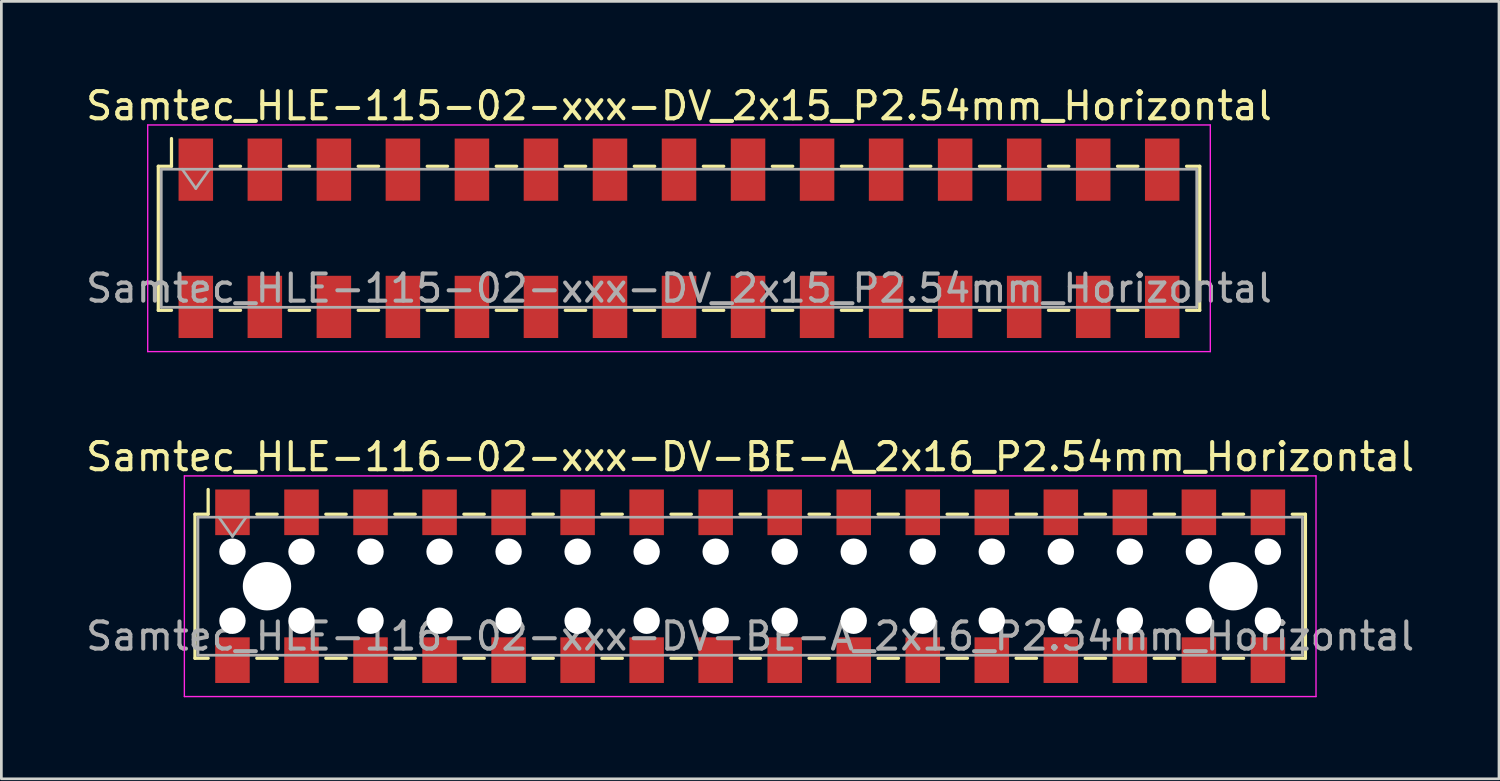
<source format=kicad_pcb>
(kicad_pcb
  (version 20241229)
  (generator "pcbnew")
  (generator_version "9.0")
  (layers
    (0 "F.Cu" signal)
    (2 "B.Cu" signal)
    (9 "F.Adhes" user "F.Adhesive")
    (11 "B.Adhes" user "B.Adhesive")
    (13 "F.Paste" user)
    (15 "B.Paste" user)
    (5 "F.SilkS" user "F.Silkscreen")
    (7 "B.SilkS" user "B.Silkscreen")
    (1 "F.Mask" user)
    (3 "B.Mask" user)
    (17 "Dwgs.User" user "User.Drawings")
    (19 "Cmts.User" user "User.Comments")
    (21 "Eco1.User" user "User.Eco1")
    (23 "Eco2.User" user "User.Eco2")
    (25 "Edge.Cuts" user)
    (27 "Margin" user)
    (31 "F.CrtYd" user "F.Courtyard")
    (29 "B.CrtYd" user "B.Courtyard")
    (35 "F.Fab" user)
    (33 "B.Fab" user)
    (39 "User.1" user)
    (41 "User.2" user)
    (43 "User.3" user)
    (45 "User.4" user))
  (footprint "Samtec_HLE-116-02-xxx-DV-BE-A_2x16_P2.54mm_Horizontal"
    (layer "F.Cu")
    (at 24.554 18.521)
    (property "Reference" "Samtec_HLE-116-02-xxx-DV-BE-A_2x16_P2.54mm_Horizontal" (at 0 -4.76 0) (layer "F.SilkS") (effects (font (size 1 1) (thickness 0.15))))
    (attr smd)
    (fp_line (start -20.43 -2.65) (end -20.43 2.65) (stroke (width 0.12) (type solid)) (layer "F.SilkS"))
    (fp_line (start -20.43 2.65) (end -19.945 2.65) (stroke (width 0.12) (type solid)) (layer "F.SilkS"))
    (fp_line (start -19.945 -3.56) (end -19.945 -2.65) (stroke (width 0.12) (type solid)) (layer "F.SilkS"))
    (fp_line (start -19.945 -2.65) (end -20.43 -2.65) (stroke (width 0.12) (type solid)) (layer "F.SilkS"))
    (fp_line (start -18.155 -2.65) (end -17.405 -2.65) (stroke (width 0.12) (type solid)) (layer "F.SilkS"))
    (fp_line (start -18.155 2.65) (end -17.405 2.65) (stroke (width 0.12) (type solid)) (layer "F.SilkS"))
    (fp_line (start -15.615 -2.65) (end -14.865 -2.65) (stroke (width 0.12) (type solid)) (layer "F.SilkS"))
    (fp_line (start -15.615 2.65) (end -14.865 2.65) (stroke (width 0.12) (type solid)) (layer "F.SilkS"))
    (fp_line (start -13.075 -2.65) (end -12.325 -2.65) (stroke (width 0.12) (type solid)) (layer "F.SilkS"))
    (fp_line (start -13.075 2.65) (end -12.325 2.65) (stroke (width 0.12) (type solid)) (layer "F.SilkS"))
    (fp_line (start -10.535 -2.65) (end -9.785 -2.65) (stroke (width 0.12) (type solid)) (layer "F.SilkS"))
    (fp_line (start -10.535 2.65) (end -9.785 2.65) (stroke (width 0.12) (type solid)) (layer "F.SilkS"))
    (fp_line (start -7.995 -2.65) (end -7.245 -2.65) (stroke (width 0.12) (type solid)) (layer "F.SilkS"))
    (fp_line (start -7.995 2.65) (end -7.245 2.65) (stroke (width 0.12) (type solid)) (layer "F.SilkS"))
    (fp_line (start -5.455 -2.65) (end -4.705 -2.65) (stroke (width 0.12) (type solid)) (layer "F.SilkS"))
    (fp_line (start -5.455 2.65) (end -4.705 2.65) (stroke (width 0.12) (type solid)) (layer "F.SilkS"))
    (fp_line (start -2.915 -2.65) (end -2.165 -2.65) (stroke (width 0.12) (type solid)) (layer "F.SilkS"))
    (fp_line (start -2.915 2.65) (end -2.165 2.65) (stroke (width 0.12) (type solid)) (layer "F.SilkS"))
    (fp_line (start -0.375 -2.65) (end 0.375 -2.65) (stroke (width 0.12) (type solid)) (layer "F.SilkS"))
    (fp_line (start -0.375 2.65) (end 0.375 2.65) (stroke (width 0.12) (type solid)) (layer "F.SilkS"))
    (fp_line (start 2.165 -2.65) (end 2.915 -2.65) (stroke (width 0.12) (type solid)) (layer "F.SilkS"))
    (fp_line (start 2.165 2.65) (end 2.915 2.65) (stroke (width 0.12) (type solid)) (layer "F.SilkS"))
    (fp_line (start 4.705 -2.65) (end 5.455 -2.65) (stroke (width 0.12) (type solid)) (layer "F.SilkS"))
    (fp_line (start 4.705 2.65) (end 5.455 2.65) (stroke (width 0.12) (type solid)) (layer "F.SilkS"))
    (fp_line (start 7.245 -2.65) (end 7.995 -2.65) (stroke (width 0.12) (type solid)) (layer "F.SilkS"))
    (fp_line (start 7.245 2.65) (end 7.995 2.65) (stroke (width 0.12) (type solid)) (layer "F.SilkS"))
    (fp_line (start 9.785 -2.65) (end 10.535 -2.65) (stroke (width 0.12) (type solid)) (layer "F.SilkS"))
    (fp_line (start 9.785 2.65) (end 10.535 2.65) (stroke (width 0.12) (type solid)) (layer "F.SilkS"))
    (fp_line (start 12.325 -2.65) (end 13.075 -2.65) (stroke (width 0.12) (type solid)) (layer "F.SilkS"))
    (fp_line (start 12.325 2.65) (end 13.075 2.65) (stroke (width 0.12) (type solid)) (layer "F.SilkS"))
    (fp_line (start 14.865 -2.65) (end 15.615 -2.65) (stroke (width 0.12) (type solid)) (layer "F.SilkS"))
    (fp_line (start 14.865 2.65) (end 15.615 2.65) (stroke (width 0.12) (type solid)) (layer "F.SilkS"))
    (fp_line (start 17.405 -2.65) (end 18.155 -2.65) (stroke (width 0.12) (type solid)) (layer "F.SilkS"))
    (fp_line (start 17.405 2.65) (end 18.155 2.65) (stroke (width 0.12) (type solid)) (layer "F.SilkS"))
    (fp_line (start 19.945 -2.65) (end 20.43 -2.65) (stroke (width 0.12) (type solid)) (layer "F.SilkS"))
    (fp_line (start 20.43 -2.65) (end 20.43 2.65) (stroke (width 0.12) (type solid)) (layer "F.SilkS"))
    (fp_line (start 20.43 2.65) (end 19.945 2.65) (stroke (width 0.12) (type solid)) (layer "F.SilkS"))
    (fp_line (start -20.82 -4.06) (end 20.82 -4.06) (stroke (width 0.05) (type solid)) (layer "F.CrtYd"))
    (fp_line (start -20.82 4.06) (end -20.82 -4.06) (stroke (width 0.05) (type solid)) (layer "F.CrtYd"))
    (fp_line (start 20.82 -4.06) (end 20.82 4.06) (stroke (width 0.05) (type solid)) (layer "F.CrtYd"))
    (fp_line (start 20.82 4.06) (end -20.82 4.06) (stroke (width 0.05) (type solid)) (layer "F.CrtYd"))
    (fp_line (start -20.32 -2.54) (end 20.32 -2.54) (stroke (width 0.1) (type solid)) (layer "F.Fab"))
    (fp_line (start -20.32 2.54) (end -20.32 -2.54) (stroke (width 0.1) (type solid)) (layer "F.Fab"))
    (fp_line (start -19.55 -2.54) (end -19.05 -1.833) (stroke (width 0.1) (type solid)) (layer "F.Fab"))
    (fp_line (start -19.05 -1.833) (end -18.55 -2.54) (stroke (width 0.1) (type solid)) (layer "F.Fab"))
    (fp_line (start 20.32 -2.54) (end 20.32 2.54) (stroke (width 0.1) (type solid)) (layer "F.Fab"))
    (fp_line (start 20.32 2.54) (end -20.32 2.54) (stroke (width 0.1) (type solid)) (layer "F.Fab"))
    (fp_text user "${REFERENCE}" (at 0 1.84 0) (layer "F.Fab") (effects (font (size 1 1) (thickness 0.15))))
    (pad "" np_thru_hole circle (at -19.05 -1.27) (size 0.97 0.97) (drill 0.97) (layers "*.Cu" "*.Mask"))
    (pad "" np_thru_hole circle (at -19.05 1.27) (size 0.97 0.97) (drill 0.97) (layers "*.Cu" "*.Mask"))
    (pad "" np_thru_hole circle (at -17.78 0) (size 1.78 1.78) (drill 1.78) (layers "*.Cu" "*.Mask"))
    (pad "" np_thru_hole circle (at -16.51 -1.27) (size 0.97 0.97) (drill 0.97) (layers "*.Cu" "*.Mask"))
    (pad "" np_thru_hole circle (at -16.51 1.27) (size 0.97 0.97) (drill 0.97) (layers "*.Cu" "*.Mask"))
    (pad "" np_thru_hole circle (at -13.97 -1.27) (size 0.97 0.97) (drill 0.97) (layers "*.Cu" "*.Mask"))
    (pad "" np_thru_hole circle (at -13.97 1.27) (size 0.97 0.97) (drill 0.97) (layers "*.Cu" "*.Mask"))
    (pad "" np_thru_hole circle (at -11.43 -1.27) (size 0.97 0.97) (drill 0.97) (layers "*.Cu" "*.Mask"))
    (pad "" np_thru_hole circle (at -11.43 1.27) (size 0.97 0.97) (drill 0.97) (layers "*.Cu" "*.Mask"))
    (pad "" np_thru_hole circle (at -8.89 -1.27) (size 0.97 0.97) (drill 0.97) (layers "*.Cu" "*.Mask"))
    (pad "" np_thru_hole circle (at -8.89 1.27) (size 0.97 0.97) (drill 0.97) (layers "*.Cu" "*.Mask"))
    (pad "" np_thru_hole circle (at -6.35 -1.27) (size 0.97 0.97) (drill 0.97) (layers "*.Cu" "*.Mask"))
    (pad "" np_thru_hole circle (at -6.35 1.27) (size 0.97 0.97) (drill 0.97) (layers "*.Cu" "*.Mask"))
    (pad "" np_thru_hole circle (at -3.81 -1.27) (size 0.97 0.97) (drill 0.97) (layers "*.Cu" "*.Mask"))
    (pad "" np_thru_hole circle (at -3.81 1.27) (size 0.97 0.97) (drill 0.97) (layers "*.Cu" "*.Mask"))
    (pad "" np_thru_hole circle (at -1.27 -1.27) (size 0.97 0.97) (drill 0.97) (layers "*.Cu" "*.Mask"))
    (pad "" np_thru_hole circle (at -1.27 1.27) (size 0.97 0.97) (drill 0.97) (layers "*.Cu" "*.Mask"))
    (pad "" np_thru_hole circle (at 1.27 -1.27) (size 0.97 0.97) (drill 0.97) (layers "*.Cu" "*.Mask"))
    (pad "" np_thru_hole circle (at 1.27 1.27) (size 0.97 0.97) (drill 0.97) (layers "*.Cu" "*.Mask"))
    (pad "" np_thru_hole circle (at 3.81 -1.27) (size 0.97 0.97) (drill 0.97) (layers "*.Cu" "*.Mask"))
    (pad "" np_thru_hole circle (at 3.81 1.27) (size 0.97 0.97) (drill 0.97) (layers "*.Cu" "*.Mask"))
    (pad "" np_thru_hole circle (at 6.35 -1.27) (size 0.97 0.97) (drill 0.97) (layers "*.Cu" "*.Mask"))
    (pad "" np_thru_hole circle (at 6.35 1.27) (size 0.97 0.97) (drill 0.97) (layers "*.Cu" "*.Mask"))
    (pad "" np_thru_hole circle (at 8.89 -1.27) (size 0.97 0.97) (drill 0.97) (layers "*.Cu" "*.Mask"))
    (pad "" np_thru_hole circle (at 8.89 1.27) (size 0.97 0.97) (drill 0.97) (layers "*.Cu" "*.Mask"))
    (pad "" np_thru_hole circle (at 11.43 -1.27) (size 0.97 0.97) (drill 0.97) (layers "*.Cu" "*.Mask"))
    (pad "" np_thru_hole circle (at 11.43 1.27) (size 0.97 0.97) (drill 0.97) (layers "*.Cu" "*.Mask"))
    (pad "" np_thru_hole circle (at 13.97 -1.27) (size 0.97 0.97) (drill 0.97) (layers "*.Cu" "*.Mask"))
    (pad "" np_thru_hole circle (at 13.97 1.27) (size 0.97 0.97) (drill 0.97) (layers "*.Cu" "*.Mask"))
    (pad "" np_thru_hole circle (at 16.51 -1.27) (size 0.97 0.97) (drill 0.97) (layers "*.Cu" "*.Mask"))
    (pad "" np_thru_hole circle (at 16.51 1.27) (size 0.97 0.97) (drill 0.97) (layers "*.Cu" "*.Mask"))
    (pad "" np_thru_hole circle (at 17.78 0) (size 1.78 1.78) (drill 1.78) (layers "*.Cu" "*.Mask"))
    (pad "" np_thru_hole circle (at 19.05 -1.27) (size 0.97 0.97) (drill 0.97) (layers "*.Cu" "*.Mask"))
    (pad "" np_thru_hole circle (at 19.05 1.27) (size 0.97 0.97) (drill 0.97) (layers "*.Cu" "*.Mask"))
    (pad "1" smd rect (at -19.05 -2.72) (size 1.27 1.68) (layers "F.Cu" "F.Mask" "F.Paste"))
    (pad "2" smd rect (at -19.05 2.72) (size 1.27 1.68) (layers "F.Cu" "F.Mask" "F.Paste"))
    (pad "3" smd rect (at -16.51 -2.72) (size 1.27 1.68) (layers "F.Cu" "F.Mask" "F.Paste"))
    (pad "4" smd rect (at -16.51 2.72) (size 1.27 1.68) (layers "F.Cu" "F.Mask" "F.Paste"))
    (pad "5" smd rect (at -13.97 -2.72) (size 1.27 1.68) (layers "F.Cu" "F.Mask" "F.Paste"))
    (pad "6" smd rect (at -13.97 2.72) (size 1.27 1.68) (layers "F.Cu" "F.Mask" "F.Paste"))
    (pad "7" smd rect (at -11.43 -2.72) (size 1.27 1.68) (layers "F.Cu" "F.Mask" "F.Paste"))
    (pad "8" smd rect (at -11.43 2.72) (size 1.27 1.68) (layers "F.Cu" "F.Mask" "F.Paste"))
    (pad "9" smd rect (at -8.89 -2.72) (size 1.27 1.68) (layers "F.Cu" "F.Mask" "F.Paste"))
    (pad "10" smd rect (at -8.89 2.72) (size 1.27 1.68) (layers "F.Cu" "F.Mask" "F.Paste"))
    (pad "11" smd rect (at -6.35 -2.72) (size 1.27 1.68) (layers "F.Cu" "F.Mask" "F.Paste"))
    (pad "12" smd rect (at -6.35 2.72) (size 1.27 1.68) (layers "F.Cu" "F.Mask" "F.Paste"))
    (pad "13" smd rect (at -3.81 -2.72) (size 1.27 1.68) (layers "F.Cu" "F.Mask" "F.Paste"))
    (pad "14" smd rect (at -3.81 2.72) (size 1.27 1.68) (layers "F.Cu" "F.Mask" "F.Paste"))
    (pad "15" smd rect (at -1.27 -2.72) (size 1.27 1.68) (layers "F.Cu" "F.Mask" "F.Paste"))
    (pad "16" smd rect (at -1.27 2.72) (size 1.27 1.68) (layers "F.Cu" "F.Mask" "F.Paste"))
    (pad "17" smd rect (at 1.27 -2.72) (size 1.27 1.68) (layers "F.Cu" "F.Mask" "F.Paste"))
    (pad "18" smd rect (at 1.27 2.72) (size 1.27 1.68) (layers "F.Cu" "F.Mask" "F.Paste"))
    (pad "19" smd rect (at 3.81 -2.72) (size 1.27 1.68) (layers "F.Cu" "F.Mask" "F.Paste"))
    (pad "20" smd rect (at 3.81 2.72) (size 1.27 1.68) (layers "F.Cu" "F.Mask" "F.Paste"))
    (pad "21" smd rect (at 6.35 -2.72) (size 1.27 1.68) (layers "F.Cu" "F.Mask" "F.Paste"))
    (pad "22" smd rect (at 6.35 2.72) (size 1.27 1.68) (layers "F.Cu" "F.Mask" "F.Paste"))
    (pad "23" smd rect (at 8.89 -2.72) (size 1.27 1.68) (layers "F.Cu" "F.Mask" "F.Paste"))
    (pad "24" smd rect (at 8.89 2.72) (size 1.27 1.68) (layers "F.Cu" "F.Mask" "F.Paste"))
    (pad "25" smd rect (at 11.43 -2.72) (size 1.27 1.68) (layers "F.Cu" "F.Mask" "F.Paste"))
    (pad "26" smd rect (at 11.43 2.72) (size 1.27 1.68) (layers "F.Cu" "F.Mask" "F.Paste"))
    (pad "27" smd rect (at 13.97 -2.72) (size 1.27 1.68) (layers "F.Cu" "F.Mask" "F.Paste"))
    (pad "28" smd rect (at 13.97 2.72) (size 1.27 1.68) (layers "F.Cu" "F.Mask" "F.Paste"))
    (pad "29" smd rect (at 16.51 -2.72) (size 1.27 1.68) (layers "F.Cu" "F.Mask" "F.Paste"))
    (pad "30" smd rect (at 16.51 2.72) (size 1.27 1.68) (layers "F.Cu" "F.Mask" "F.Paste"))
    (pad "31" smd rect (at 19.05 -2.72) (size 1.27 1.68) (layers "F.Cu" "F.Mask" "F.Paste"))
    (pad "32" smd rect (at 19.05 2.72) (size 1.27 1.68) (layers "F.Cu" "F.Mask" "F.Paste")))
  (footprint "Samtec_HLE-115-02-xxx-DV_2x15_P2.54mm_Horizontal"
    (layer "F.Cu")
    (at 21.935 5.718)
    (property "Reference" "Samtec_HLE-115-02-xxx-DV_2x15_P2.54mm_Horizontal" (at 0 -4.87 0) (layer "F.SilkS") (effects (font (size 1 1) (thickness 0.15))))
    (attr smd)
    (fp_line (start -19.16 -2.65) (end -19.16 2.65) (stroke (width 0.12) (type solid)) (layer "F.SilkS"))
    (fp_line (start -19.16 2.65) (end -18.675 2.65) (stroke (width 0.12) (type solid)) (layer "F.SilkS"))
    (fp_line (start -18.675 -3.67) (end -18.675 -2.65) (stroke (width 0.12) (type solid)) (layer "F.SilkS"))
    (fp_line (start -18.675 -2.65) (end -19.16 -2.65) (stroke (width 0.12) (type solid)) (layer "F.SilkS"))
    (fp_line (start -16.885 -2.65) (end -16.135 -2.65) (stroke (width 0.12) (type solid)) (layer "F.SilkS"))
    (fp_line (start -16.885 2.65) (end -16.135 2.65) (stroke (width 0.12) (type solid)) (layer "F.SilkS"))
    (fp_line (start -14.345 -2.65) (end -13.595 -2.65) (stroke (width 0.12) (type solid)) (layer "F.SilkS"))
    (fp_line (start -14.345 2.65) (end -13.595 2.65) (stroke (width 0.12) (type solid)) (layer "F.SilkS"))
    (fp_line (start -11.805 -2.65) (end -11.055 -2.65) (stroke (width 0.12) (type solid)) (layer "F.SilkS"))
    (fp_line (start -11.805 2.65) (end -11.055 2.65) (stroke (width 0.12) (type solid)) (layer "F.SilkS"))
    (fp_line (start -9.265 -2.65) (end -8.515 -2.65) (stroke (width 0.12) (type solid)) (layer "F.SilkS"))
    (fp_line (start -9.265 2.65) (end -8.515 2.65) (stroke (width 0.12) (type solid)) (layer "F.SilkS"))
    (fp_line (start -6.725 -2.65) (end -5.975 -2.65) (stroke (width 0.12) (type solid)) (layer "F.SilkS"))
    (fp_line (start -6.725 2.65) (end -5.975 2.65) (stroke (width 0.12) (type solid)) (layer "F.SilkS"))
    (fp_line (start -4.185 -2.65) (end -3.435 -2.65) (stroke (width 0.12) (type solid)) (layer "F.SilkS"))
    (fp_line (start -4.185 2.65) (end -3.435 2.65) (stroke (width 0.12) (type solid)) (layer "F.SilkS"))
    (fp_line (start -1.645 -2.65) (end -0.895 -2.65) (stroke (width 0.12) (type solid)) (layer "F.SilkS"))
    (fp_line (start -1.645 2.65) (end -0.895 2.65) (stroke (width 0.12) (type solid)) (layer "F.SilkS"))
    (fp_line (start 0.895 -2.65) (end 1.645 -2.65) (stroke (width 0.12) (type solid)) (layer "F.SilkS"))
    (fp_line (start 0.895 2.65) (end 1.645 2.65) (stroke (width 0.12) (type solid)) (layer "F.SilkS"))
    (fp_line (start 3.435 -2.65) (end 4.185 -2.65) (stroke (width 0.12) (type solid)) (layer "F.SilkS"))
    (fp_line (start 3.435 2.65) (end 4.185 2.65) (stroke (width 0.12) (type solid)) (layer "F.SilkS"))
    (fp_line (start 5.975 -2.65) (end 6.725 -2.65) (stroke (width 0.12) (type solid)) (layer "F.SilkS"))
    (fp_line (start 5.975 2.65) (end 6.725 2.65) (stroke (width 0.12) (type solid)) (layer "F.SilkS"))
    (fp_line (start 8.515 -2.65) (end 9.265 -2.65) (stroke (width 0.12) (type solid)) (layer "F.SilkS"))
    (fp_line (start 8.515 2.65) (end 9.265 2.65) (stroke (width 0.12) (type solid)) (layer "F.SilkS"))
    (fp_line (start 11.055 -2.65) (end 11.805 -2.65) (stroke (width 0.12) (type solid)) (layer "F.SilkS"))
    (fp_line (start 11.055 2.65) (end 11.805 2.65) (stroke (width 0.12) (type solid)) (layer "F.SilkS"))
    (fp_line (start 13.595 -2.65) (end 14.345 -2.65) (stroke (width 0.12) (type solid)) (layer "F.SilkS"))
    (fp_line (start 13.595 2.65) (end 14.345 2.65) (stroke (width 0.12) (type solid)) (layer "F.SilkS"))
    (fp_line (start 16.135 -2.65) (end 16.885 -2.65) (stroke (width 0.12) (type solid)) (layer "F.SilkS"))
    (fp_line (start 16.135 2.65) (end 16.885 2.65) (stroke (width 0.12) (type solid)) (layer "F.SilkS"))
    (fp_line (start 18.675 -2.65) (end 19.16 -2.65) (stroke (width 0.12) (type solid)) (layer "F.SilkS"))
    (fp_line (start 19.16 -2.65) (end 19.16 2.65) (stroke (width 0.12) (type solid)) (layer "F.SilkS"))
    (fp_line (start 19.16 2.65) (end 18.675 2.65) (stroke (width 0.12) (type solid)) (layer "F.SilkS"))
    (fp_line (start -19.55 -4.17) (end 19.55 -4.17) (stroke (width 0.05) (type solid)) (layer "F.CrtYd"))
    (fp_line (start -19.55 4.17) (end -19.55 -4.17) (stroke (width 0.05) (type solid)) (layer "F.CrtYd"))
    (fp_line (start 19.55 -4.17) (end 19.55 4.17) (stroke (width 0.05) (type solid)) (layer "F.CrtYd"))
    (fp_line (start 19.55 4.17) (end -19.55 4.17) (stroke (width 0.05) (type solid)) (layer "F.CrtYd"))
    (fp_line (start -19.05 -2.54) (end 19.05 -2.54) (stroke (width 0.1) (type solid)) (layer "F.Fab"))
    (fp_line (start -19.05 2.54) (end -19.05 -2.54) (stroke (width 0.1) (type solid)) (layer "F.Fab"))
    (fp_line (start -18.28 -2.54) (end -17.78 -1.833) (stroke (width 0.1) (type solid)) (layer "F.Fab"))
    (fp_line (start -17.78 -1.833) (end -17.28 -2.54) (stroke (width 0.1) (type solid)) (layer "F.Fab"))
    (fp_line (start 19.05 -2.54) (end 19.05 2.54) (stroke (width 0.1) (type solid)) (layer "F.Fab"))
    (fp_line (start 19.05 2.54) (end -19.05 2.54) (stroke (width 0.1) (type solid)) (layer "F.Fab"))
    (fp_text user "${REFERENCE}" (at 0 1.84 0) (layer "F.Fab") (effects (font (size 1 1) (thickness 0.15))))
    (pad "1" smd rect (at -17.78 -2.525) (size 1.27 2.29) (layers "F.Cu" "F.Mask" "F.Paste"))
    (pad "2" smd rect (at -17.78 2.525) (size 1.27 2.29) (layers "F.Cu" "F.Mask" "F.Paste"))
    (pad "3" smd rect (at -15.24 -2.525) (size 1.27 2.29) (layers "F.Cu" "F.Mask" "F.Paste"))
    (pad "4" smd rect (at -15.24 2.525) (size 1.27 2.29) (layers "F.Cu" "F.Mask" "F.Paste"))
    (pad "5" smd rect (at -12.7 -2.525) (size 1.27 2.29) (layers "F.Cu" "F.Mask" "F.Paste"))
    (pad "6" smd rect (at -12.7 2.525) (size 1.27 2.29) (layers "F.Cu" "F.Mask" "F.Paste"))
    (pad "7" smd rect (at -10.16 -2.525) (size 1.27 2.29) (layers "F.Cu" "F.Mask" "F.Paste"))
    (pad "8" smd rect (at -10.16 2.525) (size 1.27 2.29) (layers "F.Cu" "F.Mask" "F.Paste"))
    (pad "9" smd rect (at -7.62 -2.525) (size 1.27 2.29) (layers "F.Cu" "F.Mask" "F.Paste"))
    (pad "10" smd rect (at -7.62 2.525) (size 1.27 2.29) (layers "F.Cu" "F.Mask" "F.Paste"))
    (pad "11" smd rect (at -5.08 -2.525) (size 1.27 2.29) (layers "F.Cu" "F.Mask" "F.Paste"))
    (pad "12" smd rect (at -5.08 2.525) (size 1.27 2.29) (layers "F.Cu" "F.Mask" "F.Paste"))
    (pad "13" smd rect (at -2.54 -2.525) (size 1.27 2.29) (layers "F.Cu" "F.Mask" "F.Paste"))
    (pad "14" smd rect (at -2.54 2.525) (size 1.27 2.29) (layers "F.Cu" "F.Mask" "F.Paste"))
    (pad "15" smd rect (at 0 -2.525) (size 1.27 2.29) (layers "F.Cu" "F.Mask" "F.Paste"))
    (pad "16" smd rect (at 0 2.525) (size 1.27 2.29) (layers "F.Cu" "F.Mask" "F.Paste"))
    (pad "17" smd rect (at 2.54 -2.525) (size 1.27 2.29) (layers "F.Cu" "F.Mask" "F.Paste"))
    (pad "18" smd rect (at 2.54 2.525) (size 1.27 2.29) (layers "F.Cu" "F.Mask" "F.Paste"))
    (pad "19" smd rect (at 5.08 -2.525) (size 1.27 2.29) (layers "F.Cu" "F.Mask" "F.Paste"))
    (pad "20" smd rect (at 5.08 2.525) (size 1.27 2.29) (layers "F.Cu" "F.Mask" "F.Paste"))
    (pad "21" smd rect (at 7.62 -2.525) (size 1.27 2.29) (layers "F.Cu" "F.Mask" "F.Paste"))
    (pad "22" smd rect (at 7.62 2.525) (size 1.27 2.29) (layers "F.Cu" "F.Mask" "F.Paste"))
    (pad "23" smd rect (at 10.16 -2.525) (size 1.27 2.29) (layers "F.Cu" "F.Mask" "F.Paste"))
    (pad "24" smd rect (at 10.16 2.525) (size 1.27 2.29) (layers "F.Cu" "F.Mask" "F.Paste"))
    (pad "25" smd rect (at 12.7 -2.525) (size 1.27 2.29) (layers "F.Cu" "F.Mask" "F.Paste"))
    (pad "26" smd rect (at 12.7 2.525) (size 1.27 2.29) (layers "F.Cu" "F.Mask" "F.Paste"))
    (pad "27" smd rect (at 15.24 -2.525) (size 1.27 2.29) (layers "F.Cu" "F.Mask" "F.Paste"))
    (pad "28" smd rect (at 15.24 2.525) (size 1.27 2.29) (layers "F.Cu" "F.Mask" "F.Paste"))
    (pad "29" smd rect (at 17.78 -2.525) (size 1.27 2.29) (layers "F.Cu" "F.Mask" "F.Paste"))
    (pad "30" smd rect (at 17.78 2.525) (size 1.27 2.29) (layers "F.Cu" "F.Mask" "F.Paste")))
  (gr_rect
    (start -3 -3)
    (end 52.107 25.607)
    (stroke (width 0.1) (type default))
    (fill no)
    (layer "Edge.Cuts")))
</source>
